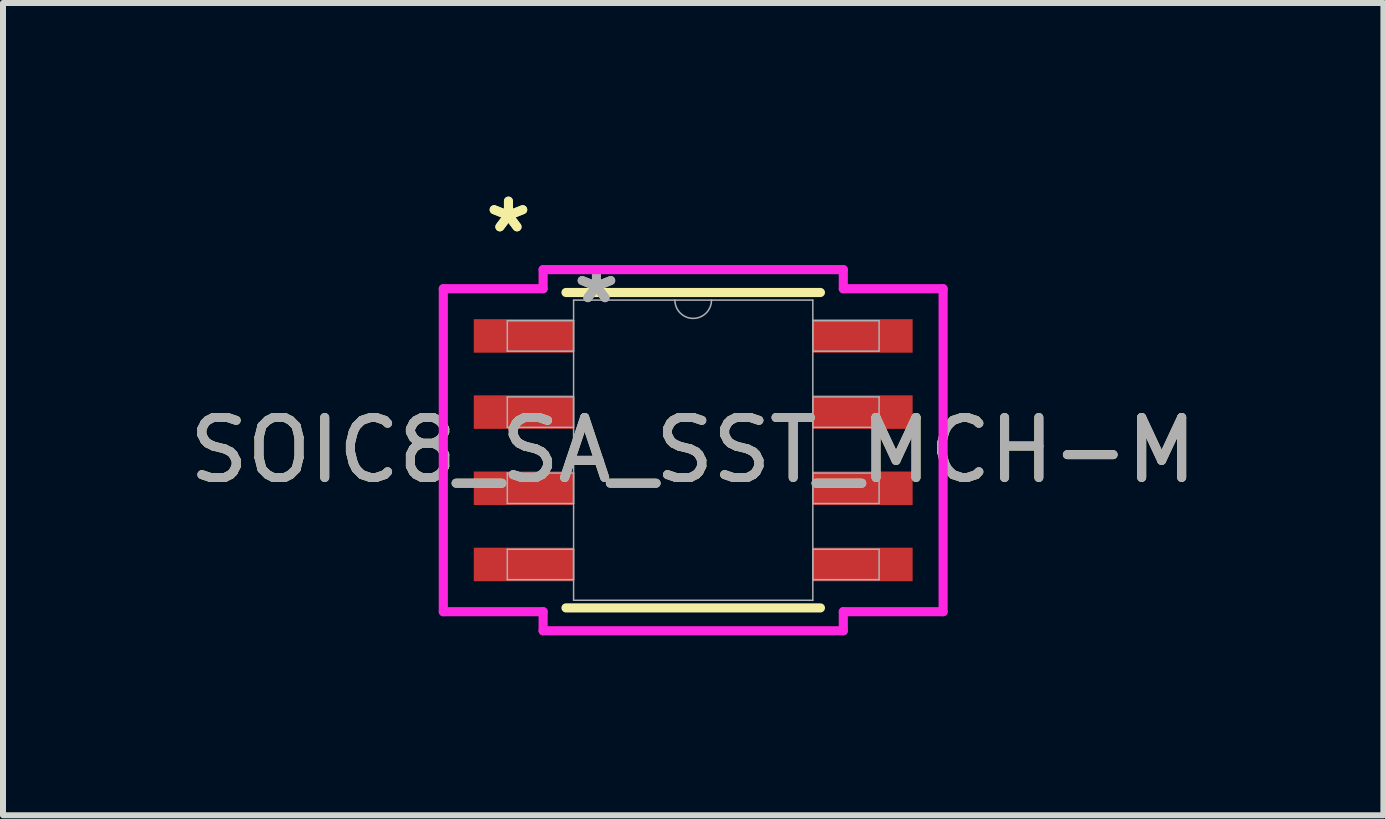
<source format=kicad_pcb>
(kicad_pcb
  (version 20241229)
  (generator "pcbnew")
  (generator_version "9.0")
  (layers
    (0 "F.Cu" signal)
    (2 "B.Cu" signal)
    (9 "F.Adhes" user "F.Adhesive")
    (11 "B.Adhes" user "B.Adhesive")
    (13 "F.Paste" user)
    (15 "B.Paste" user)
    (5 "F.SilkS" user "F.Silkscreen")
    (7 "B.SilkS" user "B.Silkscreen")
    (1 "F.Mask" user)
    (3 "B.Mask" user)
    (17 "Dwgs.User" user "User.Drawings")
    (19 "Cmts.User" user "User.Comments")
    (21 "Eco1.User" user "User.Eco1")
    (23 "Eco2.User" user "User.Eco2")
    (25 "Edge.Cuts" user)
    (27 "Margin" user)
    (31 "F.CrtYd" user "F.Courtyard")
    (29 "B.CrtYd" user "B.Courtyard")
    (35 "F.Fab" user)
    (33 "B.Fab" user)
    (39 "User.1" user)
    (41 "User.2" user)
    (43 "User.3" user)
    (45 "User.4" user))
  (footprint "SOIC8_SA_SST_MCH-M"
    (layer "F.Cu")
    (at 8.506 4.455)
    (property "Reference" "SOIC8_SA_SST_MCH-M" (at 0 0 0) (unlocked yes) (layer "F.SilkS") (effects (font (size 1 1) (thickness 0.15))))
    (attr smd)
    (fp_line (start -2.121 2.629) (end 2.121 2.629) (stroke (width 0.152) (type solid)) (layer "F.SilkS"))
    (fp_line (start 2.121 -2.629) (end -2.121 -2.629) (stroke (width 0.152) (type solid)) (layer "F.SilkS"))
    (fp_line (start -4.166 -2.692) (end -2.502 -2.692) (stroke (width 0.152) (type solid)) (layer "F.CrtYd"))
    (fp_line (start -4.166 2.692) (end -4.166 -2.692) (stroke (width 0.152) (type solid)) (layer "F.CrtYd"))
    (fp_line (start -4.166 2.692) (end -2.502 2.692) (stroke (width 0.152) (type solid)) (layer "F.CrtYd"))
    (fp_line (start -2.502 -3.01) (end 2.502 -3.01) (stroke (width 0.152) (type solid)) (layer "F.CrtYd"))
    (fp_line (start -2.502 -2.692) (end -2.502 -3.01) (stroke (width 0.152) (type solid)) (layer "F.CrtYd"))
    (fp_line (start -2.502 3.01) (end -2.502 2.692) (stroke (width 0.152) (type solid)) (layer "F.CrtYd"))
    (fp_line (start 2.502 -3.01) (end 2.502 -2.692) (stroke (width 0.152) (type solid)) (layer "F.CrtYd"))
    (fp_line (start 2.502 2.692) (end 2.502 3.01) (stroke (width 0.152) (type solid)) (layer "F.CrtYd"))
    (fp_line (start 2.502 3.01) (end -2.502 3.01) (stroke (width 0.152) (type solid)) (layer "F.CrtYd"))
    (fp_line (start 4.166 -2.692) (end 2.502 -2.692) (stroke (width 0.152) (type solid)) (layer "F.CrtYd"))
    (fp_line (start 4.166 -2.692) (end 4.166 2.692) (stroke (width 0.152) (type solid)) (layer "F.CrtYd"))
    (fp_line (start 4.166 2.692) (end 2.502 2.692) (stroke (width 0.152) (type solid)) (layer "F.CrtYd"))
    (fp_line (start -3.099 -2.159) (end -3.099 -1.651) (stroke (width 0.025) (type solid)) (layer "F.Fab"))
    (fp_line (start -3.099 -1.651) (end -1.994 -1.651) (stroke (width 0.025) (type solid)) (layer "F.Fab"))
    (fp_line (start -3.099 -0.889) (end -3.099 -0.381) (stroke (width 0.025) (type solid)) (layer "F.Fab"))
    (fp_line (start -3.099 -0.381) (end -1.994 -0.381) (stroke (width 0.025) (type solid)) (layer "F.Fab"))
    (fp_line (start -3.099 0.381) (end -3.099 0.889) (stroke (width 0.025) (type solid)) (layer "F.Fab"))
    (fp_line (start -3.099 0.889) (end -1.994 0.889) (stroke (width 0.025) (type solid)) (layer "F.Fab"))
    (fp_line (start -3.099 1.651) (end -3.099 2.159) (stroke (width 0.025) (type solid)) (layer "F.Fab"))
    (fp_line (start -3.099 2.159) (end -1.994 2.159) (stroke (width 0.025) (type solid)) (layer "F.Fab"))
    (fp_line (start -1.994 -2.502) (end -1.994 2.502) (stroke (width 0.025) (type solid)) (layer "F.Fab"))
    (fp_line (start -1.994 -2.159) (end -3.099 -2.159) (stroke (width 0.025) (type solid)) (layer "F.Fab"))
    (fp_line (start -1.994 -1.651) (end -1.994 -2.159) (stroke (width 0.025) (type solid)) (layer "F.Fab"))
    (fp_line (start -1.994 -0.889) (end -3.099 -0.889) (stroke (width 0.025) (type solid)) (layer "F.Fab"))
    (fp_line (start -1.994 -0.381) (end -1.994 -0.889) (stroke (width 0.025) (type solid)) (layer "F.Fab"))
    (fp_line (start -1.994 0.381) (end -3.099 0.381) (stroke (width 0.025) (type solid)) (layer "F.Fab"))
    (fp_line (start -1.994 0.889) (end -1.994 0.381) (stroke (width 0.025) (type solid)) (layer "F.Fab"))
    (fp_line (start -1.994 1.651) (end -3.099 1.651) (stroke (width 0.025) (type solid)) (layer "F.Fab"))
    (fp_line (start -1.994 2.159) (end -1.994 1.651) (stroke (width 0.025) (type solid)) (layer "F.Fab"))
    (fp_line (start -1.994 2.502) (end 1.994 2.502) (stroke (width 0.025) (type solid)) (layer "F.Fab"))
    (fp_line (start 1.994 -2.502) (end -1.994 -2.502) (stroke (width 0.025) (type solid)) (layer "F.Fab"))
    (fp_line (start 1.994 -2.159) (end 1.994 -1.651) (stroke (width 0.025) (type solid)) (layer "F.Fab"))
    (fp_line (start 1.994 -1.651) (end 3.099 -1.651) (stroke (width 0.025) (type solid)) (layer "F.Fab"))
    (fp_line (start 1.994 -0.889) (end 1.994 -0.381) (stroke (width 0.025) (type solid)) (layer "F.Fab"))
    (fp_line (start 1.994 -0.381) (end 3.099 -0.381) (stroke (width 0.025) (type solid)) (layer "F.Fab"))
    (fp_line (start 1.994 0.381) (end 1.994 0.889) (stroke (width 0.025) (type solid)) (layer "F.Fab"))
    (fp_line (start 1.994 0.889) (end 3.099 0.889) (stroke (width 0.025) (type solid)) (layer "F.Fab"))
    (fp_line (start 1.994 1.651) (end 1.994 2.159) (stroke (width 0.025) (type solid)) (layer "F.Fab"))
    (fp_line (start 1.994 2.159) (end 3.099 2.159) (stroke (width 0.025) (type solid)) (layer "F.Fab"))
    (fp_line (start 1.994 2.502) (end 1.994 -2.502) (stroke (width 0.025) (type solid)) (layer "F.Fab"))
    (fp_line (start 3.099 -2.159) (end 1.994 -2.159) (stroke (width 0.025) (type solid)) (layer "F.Fab"))
    (fp_line (start 3.099 -1.651) (end 3.099 -2.159) (stroke (width 0.025) (type solid)) (layer "F.Fab"))
    (fp_line (start 3.099 -0.889) (end 1.994 -0.889) (stroke (width 0.025) (type solid)) (layer "F.Fab"))
    (fp_line (start 3.099 -0.381) (end 3.099 -0.889) (stroke (width 0.025) (type solid)) (layer "F.Fab"))
    (fp_line (start 3.099 0.381) (end 1.994 0.381) (stroke (width 0.025) (type solid)) (layer "F.Fab"))
    (fp_line (start 3.099 0.889) (end 3.099 0.381) (stroke (width 0.025) (type solid)) (layer "F.Fab"))
    (fp_line (start 3.099 1.651) (end 1.994 1.651) (stroke (width 0.025) (type solid)) (layer "F.Fab"))
    (fp_line (start 3.099 2.159) (end 3.099 1.651) (stroke (width 0.025) (type solid)) (layer "F.Fab"))
    (fp_arc (start 0.3048 -2.5019) (mid 0 -2.1971) (end -0.3048 -2.5019) (stroke (width 0.0254) (type solid)) (layer "F.Fab"))
    (fp_text user "*" (at -3.08 -3.607 0) (layer "F.SilkS") (effects (font (size 1 1) (thickness 0.15))))
    (fp_text user "*" (at -3.08 -3.607 0) (unlocked yes) (layer "F.SilkS") (effects (font (size 1 1) (thickness 0.15))))
    (fp_text user "${REFERENCE}" (at 0 0 0) (unlocked yes) (layer "F.Fab") (effects (font (size 1 1) (thickness 0.15))))
    (fp_text user "*" (at -1.613 -2.426 0) (layer "F.Fab") (effects (font (size 1 1) (thickness 0.15))))
    (fp_text user "*" (at -1.613 -2.426 0) (unlocked yes) (layer "F.Fab") (effects (font (size 1 1) (thickness 0.15))))
    (pad "1" smd rect (at -2.826 -1.905) (size 1.664 0.559) (layers "F.Cu" "F.Mask" "F.Paste"))
    (pad "2" smd rect (at -2.826 -0.635) (size 1.664 0.559) (layers "F.Cu" "F.Mask" "F.Paste"))
    (pad "3" smd rect (at -2.826 0.635) (size 1.664 0.559) (layers "F.Cu" "F.Mask" "F.Paste"))
    (pad "4" smd rect (at -2.826 1.905) (size 1.664 0.559) (layers "F.Cu" "F.Mask" "F.Paste"))
    (pad "5" smd rect (at 2.826 1.905) (size 1.664 0.559) (layers "F.Cu" "F.Mask" "F.Paste"))
    (pad "6" smd rect (at 2.826 0.635) (size 1.664 0.559) (layers "F.Cu" "F.Mask" "F.Paste"))
    (pad "7" smd rect (at 2.826 -0.635) (size 1.664 0.559) (layers "F.Cu" "F.Mask" "F.Paste"))
    (pad "8" smd rect (at 2.826 -1.905) (size 1.664 0.559) (layers "F.Cu" "F.Mask" "F.Paste")))
  (gr_rect
    (start -3 -3)
    (end 20.012 10.541)
    (stroke (width 0.1) (type default))
    (fill no)
    (layer "Edge.Cuts")))
</source>
